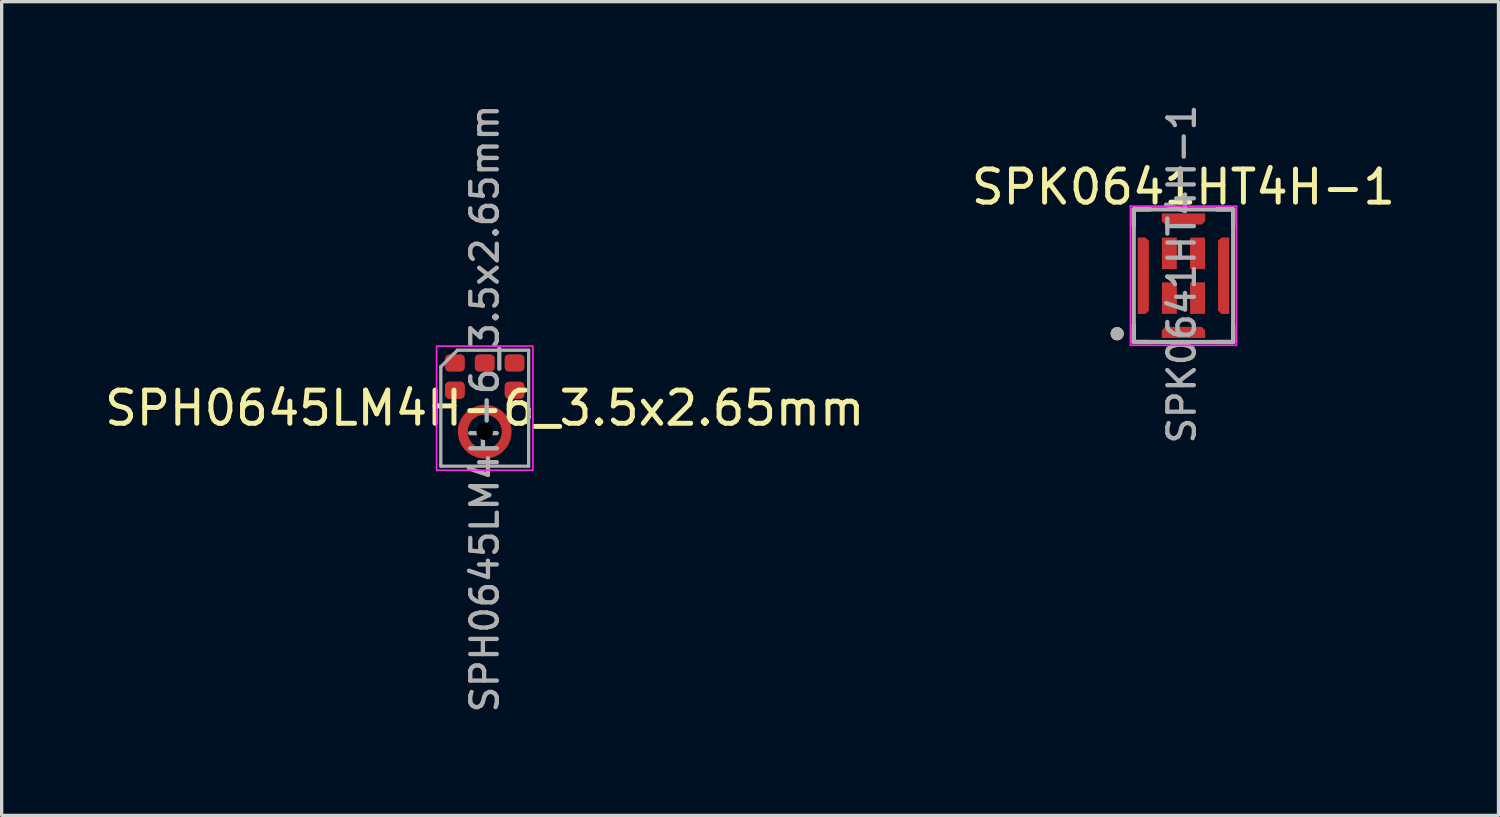
<source format=kicad_pcb>
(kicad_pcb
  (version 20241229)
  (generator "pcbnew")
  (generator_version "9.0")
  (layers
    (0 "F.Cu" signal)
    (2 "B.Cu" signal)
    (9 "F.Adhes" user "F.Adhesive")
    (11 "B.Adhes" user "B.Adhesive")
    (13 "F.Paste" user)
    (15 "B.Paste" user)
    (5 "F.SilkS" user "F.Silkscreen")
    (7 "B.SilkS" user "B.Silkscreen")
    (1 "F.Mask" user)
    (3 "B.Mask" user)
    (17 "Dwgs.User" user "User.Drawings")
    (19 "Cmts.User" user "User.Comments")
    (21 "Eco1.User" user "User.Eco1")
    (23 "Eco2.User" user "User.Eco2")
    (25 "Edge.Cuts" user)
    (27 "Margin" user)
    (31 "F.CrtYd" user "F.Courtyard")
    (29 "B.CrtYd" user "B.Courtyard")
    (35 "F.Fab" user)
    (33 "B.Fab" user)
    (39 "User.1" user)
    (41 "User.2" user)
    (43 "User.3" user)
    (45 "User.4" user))
  (footprint "SPK0641HT4H-1"
    (layer "F.Cu")
    (at 32.661 5.27)
    (property "Reference" "SPK0641HT4H-1" (at 0 -2.675 0) (layer "F.SilkS") (effects (font (size 1 1) (thickness 0.15))))
    (attr smd)
    (fp_poly (pts (xy -1.375 -1.15) (xy -1.375 1.15) (xy -1.15 1.15) (xy -1.05 1.05) (xy -1.05 -1.05) (xy -1.15 -1.15)) (stroke (width 0.01) (type solid)) (fill yes) (layer "F.Mask"))
    (fp_poly (pts (xy -0.65 -1.875) (xy 0.65 -1.875) (xy 0.65 -1.65) (xy 0.55 -1.55) (xy -0.55 -1.55) (xy -0.65 -1.65)) (stroke (width 0.01) (type solid)) (fill yes) (layer "F.Mask"))
    (fp_poly (pts (xy 0.65 1.875) (xy -0.65 1.875) (xy -0.65 1.65) (xy -0.55 1.55) (xy 0.55 1.55) (xy 0.65 1.65)) (stroke (width 0.01) (type solid)) (fill yes) (layer "F.Mask"))
    (fp_poly (pts (xy 1.375 -1.15) (xy 1.375 1.15) (xy 1.15 1.15) (xy 1.05 1.05) (xy 1.05 -1.05) (xy 1.15 -1.15)) (stroke (width 0.01) (type solid)) (fill yes) (layer "F.Mask"))
    (fp_line (start -1.5 -2) (end -1.5 -1.5) (stroke (width 0.127) (type solid)) (layer "F.SilkS"))
    (fp_line (start -1.5 -2) (end -1 -2) (stroke (width 0.127) (type solid)) (layer "F.SilkS"))
    (fp_line (start -1.5 1.5) (end -1.5 2) (stroke (width 0.127) (type solid)) (layer "F.SilkS"))
    (fp_line (start -1.5 2) (end -1 2) (stroke (width 0.127) (type solid)) (layer "F.SilkS"))
    (fp_line (start 1 -2) (end 1.5 -2) (stroke (width 0.127) (type solid)) (layer "F.SilkS"))
    (fp_line (start 1 2) (end 1.5 2) (stroke (width 0.127) (type solid)) (layer "F.SilkS"))
    (fp_line (start 1.5 -2) (end 1.5 -1.5) (stroke (width 0.127) (type solid)) (layer "F.SilkS"))
    (fp_line (start 1.5 2) (end 1.5 1.5) (stroke (width 0.127) (type solid)) (layer "F.SilkS"))
    (fp_circle (center -2 1.75) (end -1.9 1.75) (stroke (width 0.2) (type solid)) (fill no) (layer "F.SilkS"))
    (fp_poly (pts (xy -1.375 -1.15) (xy -1.375 1.15) (xy -1.15 1.15) (xy -1.05 1.05) (xy -1.05 -1.05) (xy -1.15 -1.15)) (stroke (width 0.01) (type solid)) (fill yes) (layer "F.Paste"))
    (fp_poly (pts (xy -0.65 -1.875) (xy 0.65 -1.875) (xy 0.65 -1.65) (xy 0.55 -1.55) (xy -0.55 -1.55) (xy -0.65 -1.65)) (stroke (width 0.01) (type solid)) (fill yes) (layer "F.Paste"))
    (fp_poly (pts (xy 0.65 1.875) (xy -0.65 1.875) (xy -0.65 1.65) (xy -0.55 1.55) (xy 0.55 1.55) (xy 0.65 1.65)) (stroke (width 0.01) (type solid)) (fill yes) (layer "F.Paste"))
    (fp_poly (pts (xy 1.375 -1.15) (xy 1.375 1.15) (xy 1.15 1.15) (xy 1.05 1.05) (xy 1.05 -1.05) (xy 1.15 -1.15)) (stroke (width 0.01) (type solid)) (fill yes) (layer "F.Paste"))
    (fp_line (start -1.6 -2.1) (end 1.6 -2.1) (stroke (width 0.05) (type solid)) (layer "F.CrtYd"))
    (fp_line (start -1.6 2.1) (end -1.6 -2.1) (stroke (width 0.05) (type solid)) (layer "F.CrtYd"))
    (fp_line (start 1.6 -2.1) (end 1.6 2.1) (stroke (width 0.05) (type solid)) (layer "F.CrtYd"))
    (fp_line (start 1.6 2.1) (end -1.6 2.1) (stroke (width 0.05) (type solid)) (layer "F.CrtYd"))
    (fp_line (start -1.5 -2) (end 1.5 -2) (stroke (width 0.127) (type solid)) (layer "F.Fab"))
    (fp_line (start -1.5 2) (end -1.5 -2) (stroke (width 0.127) (type solid)) (layer "F.Fab"))
    (fp_line (start 1.5 -2) (end 1.5 2) (stroke (width 0.127) (type solid)) (layer "F.Fab"))
    (fp_line (start 1.5 2) (end -1.5 2) (stroke (width 0.127) (type solid)) (layer "F.Fab"))
    (fp_circle (center -2 1.75) (end -1.9 1.75) (stroke (width 0.2) (type solid)) (fill no) (layer "F.Fab"))
    (fp_text user "${REFERENCE}" (at -0.05 -0.05 90) (unlocked yes) (layer "F.Fab") (effects (font (size 0.8 0.8) (thickness 0.13))))
    (pad "1" smd rect (at -0.425 0.675) (size 0.45 0.95) (layers "F.Cu" "F.Mask" "F.Paste"))
    (pad "2" smd rect (at -0.425 -0.675) (size 0.45 0.95) (layers "F.Cu" "F.Mask" "F.Paste"))
    (pad "3" smd rect (at 0.425 -0.675) (size 0.45 0.95) (layers "F.Cu" "F.Mask" "F.Paste"))
    (pad "4" smd rect (at 0.425 0.675) (size 0.45 0.95) (layers "F.Cu" "F.Mask" "F.Paste"))
    (pad "5" smd custom (at 0 1.712) (size 1 0.3) (layers "F.Cu") (options (anchor rect)) (primitives (gr_poly (pts (xy 0.65 0.163) (xy -0.65 0.163) (xy -0.65 -0.062) (xy -0.55 -0.163) (xy 0.55 -0.163) (xy 0.65 -0.062)) (width 0.01) (fill yes))))
    (pad "6" smd custom (at -1.212 0) (size 0.3 1) (layers "F.Cu") (options (anchor rect)) (primitives (gr_poly (pts (xy -0.163 -1.15) (xy -0.163 1.15) (xy 0.062 1.15) (xy 0.163 1.05) (xy 0.163 -1.05) (xy 0.062 -1.15)) (width 0.01) (fill yes))))
    (pad "7" smd custom (at 0 -1.712) (size 1 0.3) (layers "F.Cu") (options (anchor rect)) (primitives (gr_poly (pts (xy -0.65 -0.163) (xy 0.65 -0.163) (xy 0.65 0.062) (xy 0.55 0.163) (xy -0.55 0.163) (xy -0.65 0.062)) (width 0.01) (fill yes))))
    (pad "8" smd custom (at 1.212 0) (size 0.3 1) (layers "F.Cu") (options (anchor rect)) (primitives (gr_poly (pts (xy 0.163 -1.15) (xy 0.163 1.15) (xy -0.062 1.15) (xy -0.163 1.05) (xy -0.163 -1.05) (xy -0.062 -1.15)) (width 0.01) (fill yes)))))
  (footprint "SPH0645LM4H-6_3.5x2.65mm"
    (layer "F.Cu")
    (at 11.577 9.267)
    (property "Reference" "SPH0645LM4H-6_3.5x2.65mm" (at 0 0 0) (unlocked yes) (layer "F.SilkS") (effects (font (size 1 1) (thickness 0.15))))
    (attr smd)
    (fp_poly (pts (xy -0.641 1.209) (xy -0.723 1.08) (xy -0.78 0.937) (xy -0.809 0.787) (xy -0.809 0.633) (xy -0.78 0.483) (xy -0.723 0.34) (xy -0.641 0.211) (xy -0.426 0.425) (xy -0.468 0.501) (xy -0.496 0.582) (xy -0.511 0.667) (xy -0.511 0.753) (xy -0.496 0.838) (xy -0.468 0.919) (xy -0.426 0.995)) (stroke (width 0) (type solid)) (fill yes) (layer "F.Paste"))
    (fp_poly (pts (xy -0.499 0.069) (xy -0.37 -0.013) (xy -0.227 -0.07) (xy -0.077 -0.099) (xy 0.077 -0.099) (xy 0.227 -0.07) (xy 0.37 -0.013) (xy 0.499 0.069) (xy 0.285 0.284) (xy 0.209 0.242) (xy 0.128 0.214) (xy 0.043 0.199) (xy -0.043 0.199) (xy -0.128 0.214) (xy -0.209 0.242) (xy -0.285 0.284)) (stroke (width 0) (type solid)) (fill yes) (layer "F.Paste"))
    (fp_poly (pts (xy 0.499 1.351) (xy 0.37 1.433) (xy 0.227 1.49) (xy 0.077 1.519) (xy -0.077 1.519) (xy -0.227 1.49) (xy -0.37 1.433) (xy -0.499 1.351) (xy -0.285 1.136) (xy -0.209 1.178) (xy -0.128 1.206) (xy -0.043 1.221) (xy 0.043 1.221) (xy 0.128 1.206) (xy 0.209 1.178) (xy 0.285 1.136)) (stroke (width 0) (type solid)) (fill yes) (layer "F.Paste"))
    (fp_poly (pts (xy 0.641 0.211) (xy 0.723 0.34) (xy 0.78 0.483) (xy 0.809 0.633) (xy 0.809 0.787) (xy 0.78 0.937) (xy 0.723 1.08) (xy 0.641 1.209) (xy 0.426 0.995) (xy 0.468 0.919) (xy 0.496 0.838) (xy 0.511 0.753) (xy 0.511 0.667) (xy 0.496 0.582) (xy 0.468 0.501) (xy 0.426 0.425)) (stroke (width 0) (type solid)) (fill yes) (layer "F.Paste"))
    (fp_rect (start -1.453 -1.873) (end 1.453 1.873) (stroke (width 0.05) (type solid)) (fill no) (layer "F.CrtYd"))
    (fp_line (start -1.325 -1.25) (end -1.325 1.75) (stroke (width 0.1) (type solid)) (layer "F.Fab"))
    (fp_line (start -1.325 1.75) (end 1.325 1.75) (stroke (width 0.1) (type solid)) (layer "F.Fab"))
    (fp_line (start -0.825 -1.75) (end -1.325 -1.25) (stroke (width 0.1) (type solid)) (layer "F.Fab"))
    (fp_line (start 1.325 -1.75) (end -0.825 -1.75) (stroke (width 0.1) (type solid)) (layer "F.Fab"))
    (fp_line (start 1.325 1.75) (end 1.325 -1.75) (stroke (width 0.1) (type solid)) (layer "F.Fab"))
    (fp_text user "${REFERENCE}" (at 0 0.01 90) (unlocked yes) (layer "F.Fab") (effects (font (size 0.8 0.8) (thickness 0.13))))
    (pad "" np_thru_hole circle (at 0 0.71) (size 0.5 0.5) (drill 0.5) (layers "*.Mask"))
    (pad "1" smd roundrect (at -0.9 -1.364) (size 0.6 0.522) (layers "F.Cu" "F.Mask" "F.Paste") (roundrect_rratio 0.25))
    (pad "2" smd roundrect (at -0.9 -0.542) (size 0.6 0.522) (layers "F.Cu" "F.Mask" "F.Paste") (roundrect_rratio 0.25))
    (pad "3" smd custom (at 0.662 0.71 90) (size 0.3 0.3) (layers "F.Cu" "F.Mask") (options (anchor circle)) (primitives (gr_circle (center 0 -0.662) (end 0.662 -0.662) (width 0.3) (fill no))))
    (pad "4" smd roundrect (at 0.9 -0.542) (size 0.6 0.522) (layers "F.Cu" "F.Mask" "F.Paste") (roundrect_rratio 0.25))
    (pad "5" smd roundrect (at 0.9 -1.364) (size 0.6 0.522) (layers "F.Cu" "F.Mask" "F.Paste") (roundrect_rratio 0.25))
    (pad "6" smd roundrect (at 0 -1.364) (size 0.6 0.522) (layers "F.Cu" "F.Mask" "F.Paste") (roundrect_rratio 0.25)))
  (gr_rect
    (start -3 -3)
    (end 42.167 21.554)
    (stroke (width 0.1) (type default))
    (fill no)
    (layer "Edge.Cuts")))
</source>
